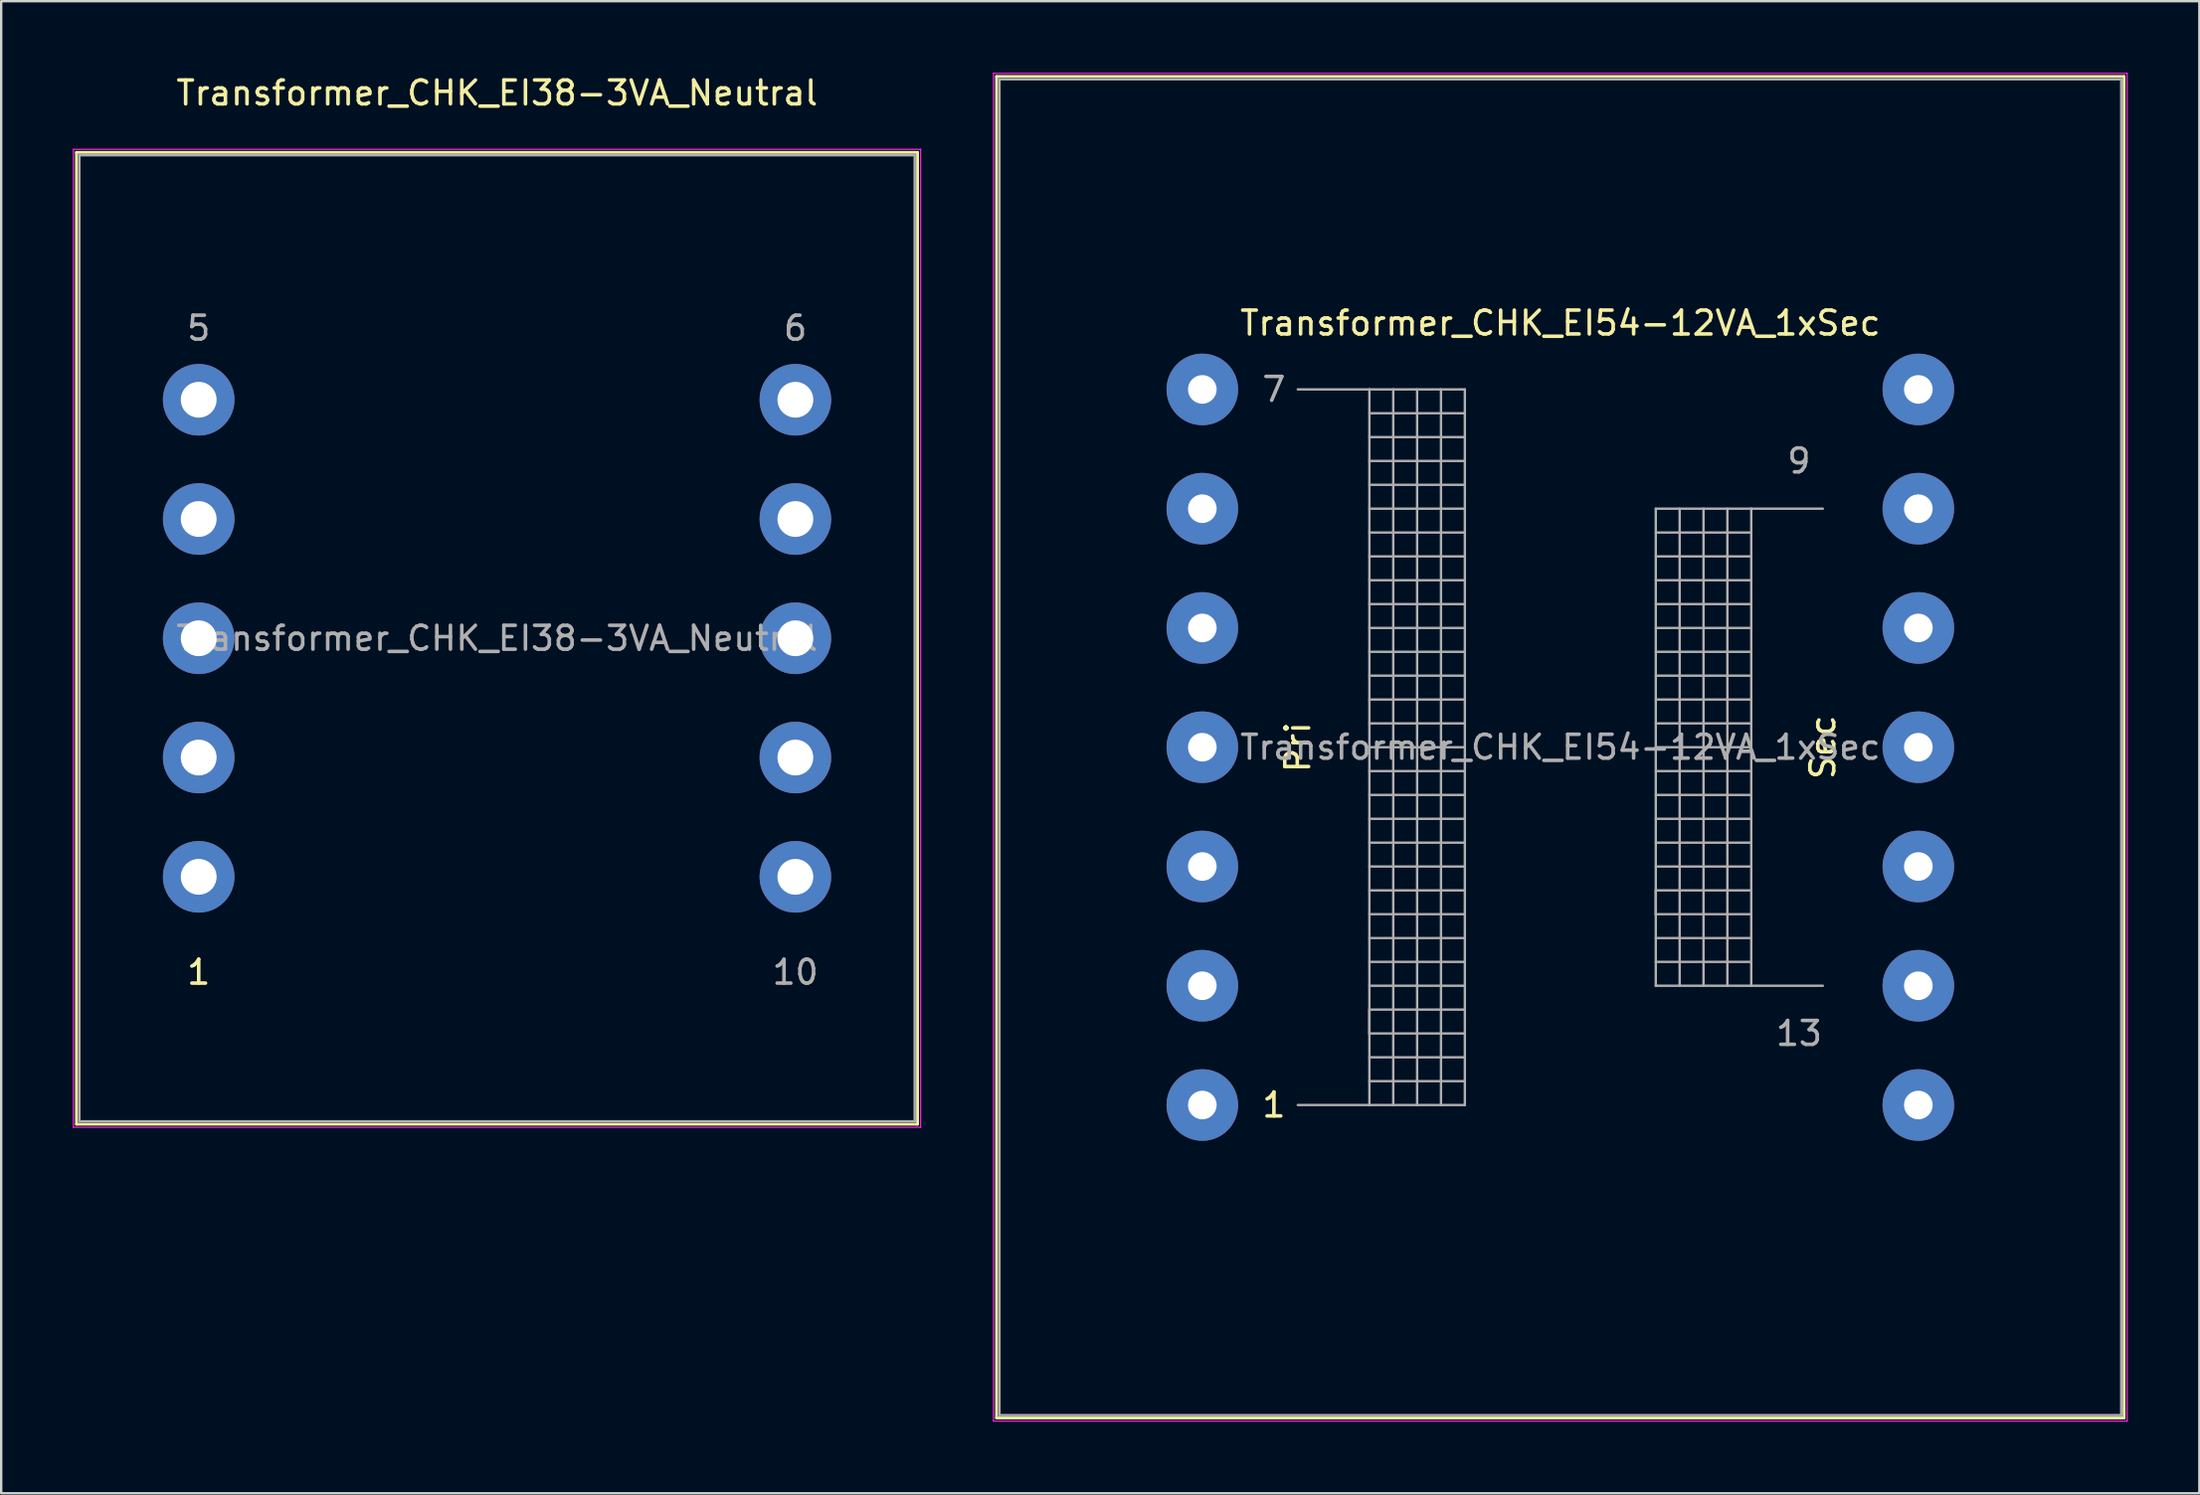
<source format=kicad_pcb>
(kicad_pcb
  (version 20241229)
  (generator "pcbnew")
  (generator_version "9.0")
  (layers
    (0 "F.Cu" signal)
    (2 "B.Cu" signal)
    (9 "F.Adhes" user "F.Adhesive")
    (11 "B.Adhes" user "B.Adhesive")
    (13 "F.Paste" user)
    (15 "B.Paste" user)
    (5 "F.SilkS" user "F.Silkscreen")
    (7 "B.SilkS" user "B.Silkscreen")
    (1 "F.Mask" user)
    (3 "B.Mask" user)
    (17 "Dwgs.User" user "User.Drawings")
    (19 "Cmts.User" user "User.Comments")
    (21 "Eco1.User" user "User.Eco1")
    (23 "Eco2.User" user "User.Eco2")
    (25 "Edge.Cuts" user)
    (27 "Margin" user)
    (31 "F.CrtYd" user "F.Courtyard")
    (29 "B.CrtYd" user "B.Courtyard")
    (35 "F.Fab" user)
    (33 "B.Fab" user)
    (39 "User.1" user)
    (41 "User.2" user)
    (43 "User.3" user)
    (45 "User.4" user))
  (footprint "Transformer_CHK_EI38-3VA_Neutral"
    (layer "F.Cu")
    (at 5.275 33.708)
    (property "Reference" "Transformer_CHK_EI38-3VA_Neutral" (at 12.5 -32.86 0) (layer "F.SilkS") (effects (font (size 1 1) (thickness 0.15))))
    (attr through_hole)
    (fp_line (start -5.12 -30.37) (end -5.12 10.37) (stroke (width 0.12) (type solid)) (layer "F.SilkS"))
    (fp_line (start -5.12 -30.37) (end 30.12 -30.37) (stroke (width 0.12) (type solid)) (layer "F.SilkS"))
    (fp_line (start 30.12 10.37) (end -5.12 10.37) (stroke (width 0.12) (type solid)) (layer "F.SilkS"))
    (fp_line (start 30.12 10.37) (end 30.12 -30.37) (stroke (width 0.12) (type solid)) (layer "F.SilkS"))
    (fp_line (start -5.25 -30.5) (end -5.25 10.5) (stroke (width 0.05) (type solid)) (layer "F.CrtYd"))
    (fp_line (start -5.25 -30.5) (end 30.25 -30.5) (stroke (width 0.05) (type solid)) (layer "F.CrtYd"))
    (fp_line (start 30.25 10.5) (end -5.25 10.5) (stroke (width 0.05) (type solid)) (layer "F.CrtYd"))
    (fp_line (start 30.25 10.5) (end 30.25 -30.5) (stroke (width 0.05) (type solid)) (layer "F.CrtYd"))
    (fp_line (start -5 -30.25) (end -5 10.25) (stroke (width 0.1) (type solid)) (layer "F.Fab"))
    (fp_line (start -5 10.25) (end 30 10.25) (stroke (width 0.1) (type solid)) (layer "F.Fab"))
    (fp_line (start 30 -30.25) (end -5 -30.25) (stroke (width 0.1) (type solid)) (layer "F.Fab"))
    (fp_line (start 30 10.25) (end 30 -30.25) (stroke (width 0.1) (type solid)) (layer "F.Fab"))
    (fp_text user "1" (at 0 4 0) (layer "F.SilkS") (effects (font (size 1 1) (thickness 0.15))))
    (fp_text user "5" (at 0 -23 0) (layer "F.Fab") (effects (font (size 1 1) (thickness 0.15))))
    (fp_text user "10" (at 25 4 0) (layer "F.Fab") (effects (font (size 1 1) (thickness 0.15))))
    (fp_text user "${REFERENCE}" (at 12.5 -10 0) (layer "F.Fab") (effects (font (size 1 1) (thickness 0.15))))
    (fp_text user "6" (at 25 -23 0) (layer "F.Fab") (effects (font (size 1 1) (thickness 0.15))))
    (pad "1" thru_hole circle (at 0 0) (size 3 3) (drill 1.5) (layers "*.Cu" "*.Mask"))
    (pad "2" thru_hole circle (at 0 -5) (size 3 3) (drill 1.5) (layers "*.Cu" "*.Mask"))
    (pad "3" thru_hole circle (at 0 -10) (size 3 3) (drill 1.5) (layers "*.Cu" "*.Mask"))
    (pad "4" thru_hole circle (at 0 -15) (size 3 3) (drill 1.5) (layers "*.Cu" "*.Mask"))
    (pad "5" thru_hole circle (at 0 -20) (size 3 3) (drill 1.5) (layers "*.Cu" "*.Mask"))
    (pad "6" thru_hole circle (at 25 -20) (size 3 3) (drill 1.5) (layers "*.Cu" "*.Mask"))
    (pad "7" thru_hole circle (at 25 -15) (size 3 3) (drill 1.5) (layers "*.Cu" "*.Mask"))
    (pad "8" thru_hole circle (at 25 -10) (size 3 3) (drill 1.5) (layers "*.Cu" "*.Mask"))
    (pad "9" thru_hole circle (at 25 -5) (size 3 3) (drill 1.5) (layers "*.Cu" "*.Mask"))
    (pad "10" thru_hole circle (at 25 0) (size 3 3) (drill 1.5) (layers "*.Cu" "*.Mask")))
  (footprint "Transformer_CHK_EI54-12VA_1xSec"
    (layer "F.Cu")
    (at 47.325 43.275)
    (property "Reference" "Transformer_CHK_EI54-12VA_1xSec" (at 15 -32.78 0) (layer "F.SilkS") (effects (font (size 1 1) (thickness 0.15))))
    (attr through_hole)
    (fp_line (start -8.62 -43.12) (end -8.62 13.12) (stroke (width 0.12) (type solid)) (layer "F.SilkS"))
    (fp_line (start -8.62 -43.12) (end 38.62 -43.12) (stroke (width 0.12) (type solid)) (layer "F.SilkS"))
    (fp_line (start 38.62 13.12) (end -8.62 13.12) (stroke (width 0.12) (type solid)) (layer "F.SilkS"))
    (fp_line (start 38.62 13.12) (end 38.62 -43.12) (stroke (width 0.12) (type solid)) (layer "F.SilkS"))
    (fp_line (start -8.75 -43.25) (end -8.75 13.25) (stroke (width 0.05) (type solid)) (layer "F.CrtYd"))
    (fp_line (start -8.75 -43.25) (end 38.75 -43.25) (stroke (width 0.05) (type solid)) (layer "F.CrtYd"))
    (fp_line (start 38.75 13.25) (end -8.75 13.25) (stroke (width 0.05) (type solid)) (layer "F.CrtYd"))
    (fp_line (start 38.75 13.25) (end 38.75 -43.25) (stroke (width 0.05) (type solid)) (layer "F.CrtYd"))
    (fp_line (start -8.5 -43) (end -8.5 13) (stroke (width 0.1) (type solid)) (layer "F.Fab"))
    (fp_line (start -8.5 13) (end 38.5 13) (stroke (width 0.1) (type solid)) (layer "F.Fab"))
    (fp_line (start 4 -30) (end 7 -30) (stroke (width 0.1) (type solid)) (layer "F.Fab"))
    (fp_line (start 7 -30) (end 7 0) (stroke (width 0.1) (type solid)) (layer "F.Fab"))
    (fp_line (start 7 -30) (end 11 -30) (stroke (width 0.1) (type solid)) (layer "F.Fab"))
    (fp_line (start 7 -29) (end 11 -29) (stroke (width 0.1) (type solid)) (layer "F.Fab"))
    (fp_line (start 7 -27) (end 11 -27) (stroke (width 0.1) (type solid)) (layer "F.Fab"))
    (fp_line (start 7 -25) (end 11 -25) (stroke (width 0.1) (type solid)) (layer "F.Fab"))
    (fp_line (start 7 -23) (end 11 -23) (stroke (width 0.1) (type solid)) (layer "F.Fab"))
    (fp_line (start 7 -21) (end 11 -21) (stroke (width 0.1) (type solid)) (layer "F.Fab"))
    (fp_line (start 7 -19) (end 11 -19) (stroke (width 0.1) (type solid)) (layer "F.Fab"))
    (fp_line (start 7 -17) (end 11 -17) (stroke (width 0.1) (type solid)) (layer "F.Fab"))
    (fp_line (start 7 -15) (end 11 -15) (stroke (width 0.1) (type solid)) (layer "F.Fab"))
    (fp_line (start 7 -13) (end 11 -13) (stroke (width 0.1) (type solid)) (layer "F.Fab"))
    (fp_line (start 7 -11) (end 11 -11) (stroke (width 0.1) (type solid)) (layer "F.Fab"))
    (fp_line (start 7 -9) (end 11 -9) (stroke (width 0.1) (type solid)) (layer "F.Fab"))
    (fp_line (start 7 -7) (end 11 -7) (stroke (width 0.1) (type solid)) (layer "F.Fab"))
    (fp_line (start 7 -5) (end 11 -5) (stroke (width 0.1) (type solid)) (layer "F.Fab"))
    (fp_line (start 7 -4) (end 7 -3) (stroke (width 0.1) (type solid)) (layer "F.Fab"))
    (fp_line (start 7 -3) (end 11 -3) (stroke (width 0.1) (type solid)) (layer "F.Fab"))
    (fp_line (start 7 -1) (end 11 -1) (stroke (width 0.1) (type solid)) (layer "F.Fab"))
    (fp_line (start 7 0) (end 4 0) (stroke (width 0.1) (type solid)) (layer "F.Fab"))
    (fp_line (start 8 -30) (end 8 0) (stroke (width 0.1) (type solid)) (layer "F.Fab"))
    (fp_line (start 9 -30) (end 9 0) (stroke (width 0.1) (type solid)) (layer "F.Fab"))
    (fp_line (start 10 -12) (end 7 -12) (stroke (width 0.1) (type solid)) (layer "F.Fab"))
    (fp_line (start 10 -12) (end 11 -12) (stroke (width 0.1) (type solid)) (layer "F.Fab"))
    (fp_line (start 10 0) (end 10 -30) (stroke (width 0.1) (type solid)) (layer "F.Fab"))
    (fp_line (start 11 -30) (end 11 0) (stroke (width 0.1) (type solid)) (layer "F.Fab"))
    (fp_line (start 11 -28) (end 7 -28) (stroke (width 0.1) (type solid)) (layer "F.Fab"))
    (fp_line (start 11 -26) (end 7 -26) (stroke (width 0.1) (type solid)) (layer "F.Fab"))
    (fp_line (start 11 -24) (end 7 -24) (stroke (width 0.1) (type solid)) (layer "F.Fab"))
    (fp_line (start 11 -22) (end 7 -22) (stroke (width 0.1) (type solid)) (layer "F.Fab"))
    (fp_line (start 11 -20) (end 7 -20) (stroke (width 0.1) (type solid)) (layer "F.Fab"))
    (fp_line (start 11 -18) (end 7 -18) (stroke (width 0.1) (type solid)) (layer "F.Fab"))
    (fp_line (start 11 -16) (end 7 -16) (stroke (width 0.1) (type solid)) (layer "F.Fab"))
    (fp_line (start 11 -14) (end 7 -14) (stroke (width 0.1) (type solid)) (layer "F.Fab"))
    (fp_line (start 11 -10) (end 7 -10) (stroke (width 0.1) (type solid)) (layer "F.Fab"))
    (fp_line (start 11 -8) (end 7 -8) (stroke (width 0.1) (type solid)) (layer "F.Fab"))
    (fp_line (start 11 -6) (end 7 -6) (stroke (width 0.1) (type solid)) (layer "F.Fab"))
    (fp_line (start 11 -4) (end 7 -4) (stroke (width 0.1) (type solid)) (layer "F.Fab"))
    (fp_line (start 11 -2) (end 7 -2) (stroke (width 0.1) (type solid)) (layer "F.Fab"))
    (fp_line (start 11 0) (end 7 0) (stroke (width 0.1) (type solid)) (layer "F.Fab"))
    (fp_line (start 19 -25) (end 19 -5) (stroke (width 0.1) (type solid)) (layer "F.Fab"))
    (fp_line (start 19 -24) (end 23 -24) (stroke (width 0.1) (type solid)) (layer "F.Fab"))
    (fp_line (start 19 -22) (end 23 -22) (stroke (width 0.1) (type solid)) (layer "F.Fab"))
    (fp_line (start 19 -20) (end 23 -20) (stroke (width 0.1) (type solid)) (layer "F.Fab"))
    (fp_line (start 19 -18) (end 23 -18) (stroke (width 0.1) (type solid)) (layer "F.Fab"))
    (fp_line (start 19 -16) (end 23 -16) (stroke (width 0.1) (type solid)) (layer "F.Fab"))
    (fp_line (start 19 -14) (end 23 -14) (stroke (width 0.1) (type solid)) (layer "F.Fab"))
    (fp_line (start 19 -12) (end 23 -12) (stroke (width 0.1) (type solid)) (layer "F.Fab"))
    (fp_line (start 19 -10) (end 23 -10) (stroke (width 0.1) (type solid)) (layer "F.Fab"))
    (fp_line (start 19 -9) (end 19 -8) (stroke (width 0.1) (type solid)) (layer "F.Fab"))
    (fp_line (start 19 -8) (end 23 -8) (stroke (width 0.1) (type solid)) (layer "F.Fab"))
    (fp_line (start 19 -6) (end 23 -6) (stroke (width 0.1) (type solid)) (layer "F.Fab"))
    (fp_line (start 19 -5) (end 23 -5) (stroke (width 0.1) (type solid)) (layer "F.Fab"))
    (fp_line (start 20 -5) (end 20 -25) (stroke (width 0.1) (type solid)) (layer "F.Fab"))
    (fp_line (start 21 -25) (end 21 -5) (stroke (width 0.1) (type solid)) (layer "F.Fab"))
    (fp_line (start 22 -5) (end 22 -25) (stroke (width 0.1) (type solid)) (layer "F.Fab"))
    (fp_line (start 23 -25) (end 19 -25) (stroke (width 0.1) (type solid)) (layer "F.Fab"))
    (fp_line (start 23 -25) (end 23 -5) (stroke (width 0.1) (type solid)) (layer "F.Fab"))
    (fp_line (start 23 -23) (end 19 -23) (stroke (width 0.1) (type solid)) (layer "F.Fab"))
    (fp_line (start 23 -21) (end 19 -21) (stroke (width 0.1) (type solid)) (layer "F.Fab"))
    (fp_line (start 23 -19) (end 19 -19) (stroke (width 0.1) (type solid)) (layer "F.Fab"))
    (fp_line (start 23 -17) (end 19 -17) (stroke (width 0.1) (type solid)) (layer "F.Fab"))
    (fp_line (start 23 -15) (end 19 -15) (stroke (width 0.1) (type solid)) (layer "F.Fab"))
    (fp_line (start 23 -13) (end 19 -13) (stroke (width 0.1) (type solid)) (layer "F.Fab"))
    (fp_line (start 23 -11) (end 19 -11) (stroke (width 0.1) (type solid)) (layer "F.Fab"))
    (fp_line (start 23 -9) (end 19 -9) (stroke (width 0.1) (type solid)) (layer "F.Fab"))
    (fp_line (start 23 -7) (end 19 -7) (stroke (width 0.1) (type solid)) (layer "F.Fab"))
    (fp_line (start 23 -5) (end 26 -5) (stroke (width 0.1) (type solid)) (layer "F.Fab"))
    (fp_line (start 26 -25) (end 23 -25) (stroke (width 0.1) (type solid)) (layer "F.Fab"))
    (fp_line (start 38.5 -43) (end -8.5 -43) (stroke (width 0.1) (type solid)) (layer "F.Fab"))
    (fp_line (start 38.5 13) (end 38.5 -43) (stroke (width 0.1) (type solid)) (layer "F.Fab"))
    (fp_text user "Sec" (at 26 -15 90) (layer "F.SilkS") (effects (font (size 1 1) (thickness 0.15))))
    (fp_text user "Pri" (at 4 -15 90) (layer "F.SilkS") (effects (font (size 1 1) (thickness 0.15))))
    (fp_text user "1" (at 3 0 0) (layer "F.SilkS") (effects (font (size 1 1) (thickness 0.15))))
    (fp_text user "13" (at 25 -3 0) (layer "F.Fab") (effects (font (size 1 1) (thickness 0.15))))
    (fp_text user "9" (at 25 -27 0) (layer "F.Fab") (effects (font (size 1 1) (thickness 0.15))))
    (fp_text user "7" (at 3 -30 0) (layer "F.Fab") (effects (font (size 1 1) (thickness 0.15))))
    (fp_text user "${REFERENCE}" (at 15 -15 0) (layer "F.Fab") (effects (font (size 1 1) (thickness 0.15))))
    (pad "1" thru_hole circle (at 0 0) (size 3 3) (drill 1.2) (layers "*.Cu" "*.Mask"))
    (pad "2" thru_hole circle (at 0 -5) (size 3 3) (drill 1.2) (layers "*.Cu" "*.Mask"))
    (pad "3" thru_hole circle (at 0 -10) (size 3 3) (drill 1.2) (layers "*.Cu" "*.Mask"))
    (pad "4" thru_hole circle (at 0 -15) (size 3 3) (drill 1.2) (layers "*.Cu" "*.Mask"))
    (pad "5" thru_hole circle (at 0 -20) (size 3 3) (drill 1.2) (layers "*.Cu" "*.Mask"))
    (pad "6" thru_hole circle (at 0 -25) (size 3 3) (drill 1.2) (layers "*.Cu" "*.Mask"))
    (pad "7" thru_hole circle (at 0 -30) (size 3 3) (drill 1.2) (layers "*.Cu" "*.Mask"))
    (pad "8" thru_hole circle (at 30 -30) (size 3 3) (drill 1.2) (layers "*.Cu" "*.Mask"))
    (pad "9" thru_hole circle (at 30 -25) (size 3 3) (drill 1.2) (layers "*.Cu" "*.Mask"))
    (pad "10" thru_hole circle (at 30 -20) (size 3 3) (drill 1.2) (layers "*.Cu" "*.Mask"))
    (pad "11" thru_hole circle (at 30 -15) (size 3 3) (drill 1.2) (layers "*.Cu" "*.Mask"))
    (pad "12" thru_hole circle (at 30 -10) (size 3 3) (drill 1.2) (layers "*.Cu" "*.Mask"))
    (pad "13" thru_hole circle (at 30 -5) (size 3 3) (drill 1.2) (layers "*.Cu" "*.Mask"))
    (pad "14" thru_hole circle (at 30 0) (size 3 3) (drill 1.2) (layers "*.Cu" "*.Mask")))
  (gr_rect
    (start -3 -3)
    (end 89.1 59.55)
    (stroke (width 0.1) (type default))
    (fill no)
    (layer "Edge.Cuts")))
</source>
